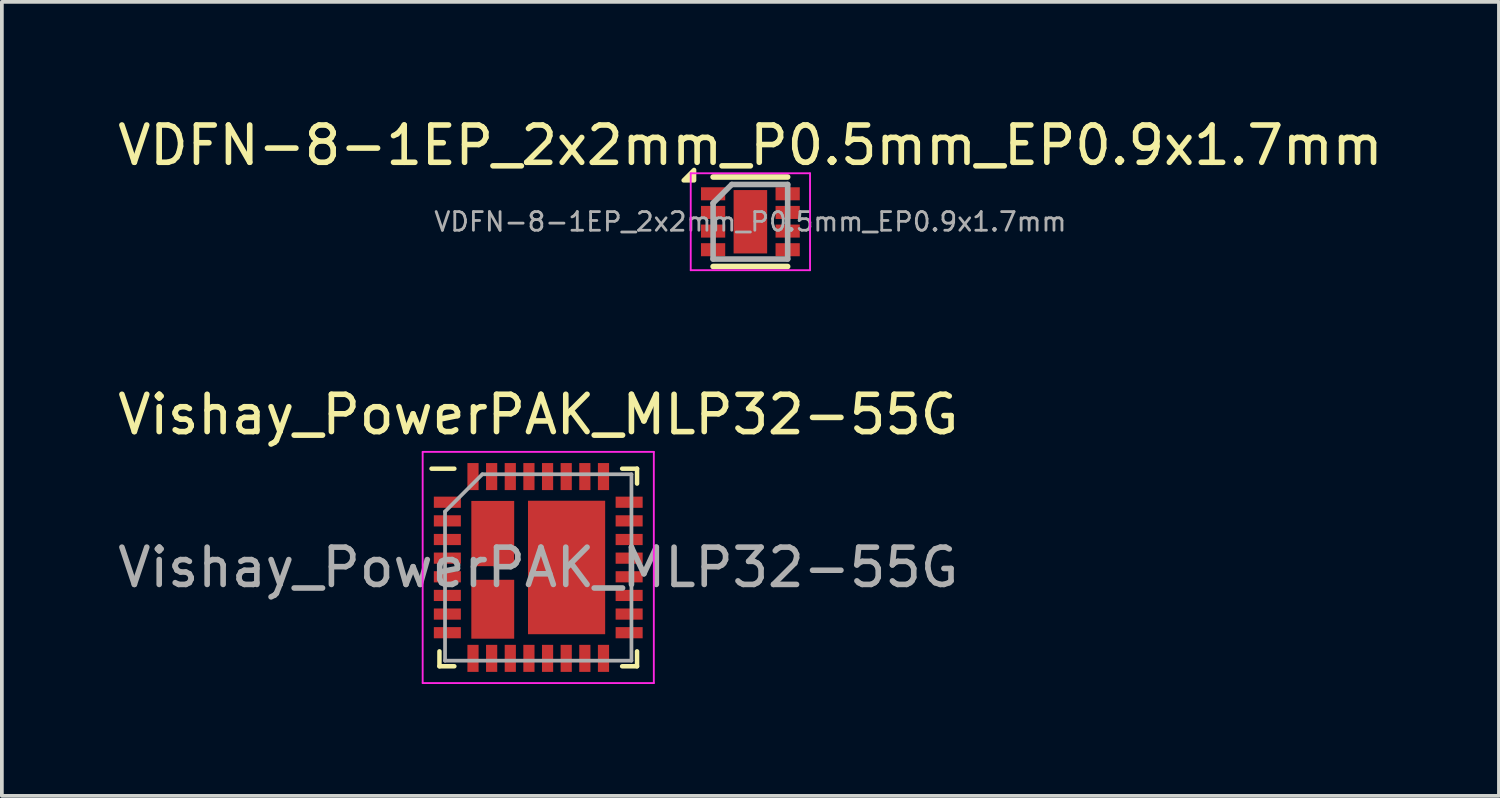
<source format=kicad_pcb>
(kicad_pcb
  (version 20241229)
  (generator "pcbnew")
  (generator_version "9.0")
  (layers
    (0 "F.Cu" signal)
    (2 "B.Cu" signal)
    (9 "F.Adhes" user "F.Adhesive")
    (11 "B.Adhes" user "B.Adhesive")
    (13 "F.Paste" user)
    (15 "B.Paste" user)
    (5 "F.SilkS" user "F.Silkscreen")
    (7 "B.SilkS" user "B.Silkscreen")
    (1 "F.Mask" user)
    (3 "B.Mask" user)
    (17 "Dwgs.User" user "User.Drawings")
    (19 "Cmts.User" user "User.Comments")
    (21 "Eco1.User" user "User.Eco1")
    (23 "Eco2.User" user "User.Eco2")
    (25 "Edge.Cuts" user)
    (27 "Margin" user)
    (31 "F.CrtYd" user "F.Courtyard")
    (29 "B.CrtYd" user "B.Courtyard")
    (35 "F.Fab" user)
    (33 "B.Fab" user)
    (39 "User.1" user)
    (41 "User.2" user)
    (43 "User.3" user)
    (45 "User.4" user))
  (footprint "VDFN-8-1EP_2x2mm_P0.5mm_EP0.9x1.7mm"
    (layer "F.Cu")
    (at 17.077 2.898)
    (property "Reference" "VDFN-8-1EP_2x2mm_P0.5mm_EP0.9x1.7mm" (at 0 -2.05 0) (layer "F.SilkS") (effects (font (size 1 1) (thickness 0.15))))
    (attr smd)
    (fp_line (start -1 -1.2) (end 1 -1.2) (stroke (width 0.15) (type solid)) (layer "F.SilkS"))
    (fp_line (start -1 1.2) (end 1 1.2) (stroke (width 0.15) (type solid)) (layer "F.SilkS"))
    (fp_poly (pts (xy -1.51 -1.11) (xy -1.79 -1.11) (xy -1.51 -1.39) (xy -1.51 -1.11)) (stroke (width 0.12) (type solid)) (fill yes) (layer "F.SilkS"))
    (fp_line (start -1.6 -1.3) (end -1.6 1.3) (stroke (width 0.05) (type solid)) (layer "F.CrtYd"))
    (fp_line (start -1.6 -1.3) (end 1.6 -1.3) (stroke (width 0.05) (type solid)) (layer "F.CrtYd"))
    (fp_line (start -1.6 1.3) (end 1.6 1.3) (stroke (width 0.05) (type solid)) (layer "F.CrtYd"))
    (fp_line (start 1.6 -1.3) (end 1.6 1.3) (stroke (width 0.05) (type solid)) (layer "F.CrtYd"))
    (fp_line (start -1 -0.5) (end -0.5 -1) (stroke (width 0.15) (type solid)) (layer "F.Fab"))
    (fp_line (start -1 1) (end -1 -0.5) (stroke (width 0.15) (type solid)) (layer "F.Fab"))
    (fp_line (start -0.5 -1) (end 1 -1) (stroke (width 0.15) (type solid)) (layer "F.Fab"))
    (fp_line (start 1 -1) (end 1 1) (stroke (width 0.15) (type solid)) (layer "F.Fab"))
    (fp_line (start 1 1) (end -1 1) (stroke (width 0.15) (type solid)) (layer "F.Fab"))
    (fp_text user "${REFERENCE}" (at 0 0 0) (layer "F.Fab") (effects (font (size 0.5 0.5) (thickness 0.075))))
    (pad "" smd rect (at 0 -0.425) (size 0.72 0.69) (layers "F.Paste"))
    (pad "" smd rect (at 0 0.425) (size 0.72 0.69) (layers "F.Paste"))
    (pad "1" smd rect (at -1 -0.75) (size 0.65 0.35) (layers "F.Cu" "F.Mask" "F.Paste"))
    (pad "2" smd rect (at -1 -0.25) (size 0.65 0.35) (layers "F.Cu" "F.Mask" "F.Paste"))
    (pad "3" smd rect (at -1 0.25) (size 0.65 0.35) (layers "F.Cu" "F.Mask" "F.Paste"))
    (pad "4" smd rect (at -1 0.75) (size 0.65 0.35) (layers "F.Cu" "F.Mask" "F.Paste"))
    (pad "5" smd rect (at 1 0.75) (size 0.65 0.35) (layers "F.Cu" "F.Mask" "F.Paste"))
    (pad "6" smd rect (at 1 0.25) (size 0.65 0.35) (layers "F.Cu" "F.Mask" "F.Paste"))
    (pad "7" smd rect (at 1 -0.25) (size 0.65 0.35) (layers "F.Cu" "F.Mask" "F.Paste"))
    (pad "8" smd rect (at 1 -0.75) (size 0.65 0.35) (layers "F.Cu" "F.Mask" "F.Paste"))
    (pad "9" smd rect (at 0 0) (size 0.9 1.7) (layers "F.Cu" "F.Mask")))
  (footprint "Vishay_PowerPAK_MLP32-55G"
    (layer "F.Cu")
    (at 11.387 12.171)
    (property "Reference" "Vishay_PowerPAK_MLP32-55G" (at 0 -4.1 0) (layer "F.SilkS") (effects (font (size 1 1) (thickness 0.15))))
    (attr smd)
    (fp_line (start -2.65 2.65) (end -2.65 2.25) (stroke (width 0.12) (type solid)) (layer "F.SilkS"))
    (fp_line (start -2.25 -2.65) (end -2.862 -2.65) (stroke (width 0.12) (type solid)) (layer "F.SilkS"))
    (fp_line (start -2.25 2.65) (end -2.65 2.65) (stroke (width 0.12) (type solid)) (layer "F.SilkS"))
    (fp_line (start 2.25 -2.65) (end 2.65 -2.65) (stroke (width 0.12) (type solid)) (layer "F.SilkS"))
    (fp_line (start 2.25 2.65) (end 2.65 2.65) (stroke (width 0.12) (type solid)) (layer "F.SilkS"))
    (fp_line (start 2.65 -2.65) (end 2.65 -2.25) (stroke (width 0.12) (type solid)) (layer "F.SilkS"))
    (fp_line (start 2.65 2.65) (end 2.65 2.25) (stroke (width 0.12) (type solid)) (layer "F.SilkS"))
    (fp_line (start -3.1 -3.1) (end 3.1 -3.1) (stroke (width 0.05) (type solid)) (layer "F.CrtYd"))
    (fp_line (start -3.1 3.1) (end -3.1 -3.1) (stroke (width 0.05) (type solid)) (layer "F.CrtYd"))
    (fp_line (start 3.1 -3.1) (end 3.1 3.1) (stroke (width 0.05) (type solid)) (layer "F.CrtYd"))
    (fp_line (start 3.1 3.1) (end -3.1 3.1) (stroke (width 0.05) (type solid)) (layer "F.CrtYd"))
    (fp_line (start -2.5 -1.5) (end -2.5 2.5) (stroke (width 0.1) (type solid)) (layer "F.Fab"))
    (fp_line (start -2.5 2.5) (end 2.5 2.5) (stroke (width 0.1) (type solid)) (layer "F.Fab"))
    (fp_line (start -1.5 -2.5) (end -2.5 -1.5) (stroke (width 0.1) (type solid)) (layer "F.Fab"))
    (fp_line (start 2.5 -2.5) (end -1.5 -2.5) (stroke (width 0.1) (type solid)) (layer "F.Fab"))
    (fp_line (start 2.5 2.5) (end 2.5 -2.5) (stroke (width 0.1) (type solid)) (layer "F.Fab"))
    (fp_text user "${REFERENCE}" (at 0 0 0) (layer "F.Fab") (effects (font (size 1 1) (thickness 0.15))))
    (pad "1" smd rect (at -2.438 -1.75 90) (size 0.3 0.725) (layers "F.Cu" "F.Mask" "F.Paste"))
    (pad "2" smd rect (at -2.438 -1.25 90) (size 0.3 0.725) (layers "F.Cu" "F.Mask" "F.Paste"))
    (pad "3" smd rect (at -2.438 -0.75 90) (size 0.3 0.725) (layers "F.Cu" "F.Mask" "F.Paste"))
    (pad "4" smd rect (at -2.438 -0.25 90) (size 0.3 0.725) (layers "F.Cu" "F.Mask" "F.Paste"))
    (pad "5" smd rect (at -2.438 0.25 90) (size 0.3 0.725) (layers "F.Cu" "F.Mask" "F.Paste"))
    (pad "6" smd rect (at -2.438 0.75 90) (size 0.3 0.725) (layers "F.Cu" "F.Mask" "F.Paste"))
    (pad "7" smd rect (at -2.438 1.25 90) (size 0.3 0.725) (layers "F.Cu" "F.Mask" "F.Paste"))
    (pad "8" smd rect (at -2.438 1.75 90) (size 0.3 0.725) (layers "F.Cu" "F.Mask" "F.Paste"))
    (pad "9" smd rect (at -1.75 2.438) (size 0.3 0.725) (layers "F.Cu" "F.Mask" "F.Paste"))
    (pad "9" smd rect (at -1.22 1.12) (size 1.15 1.58) (layers "F.Cu" "F.Mask" "F.Paste"))
    (pad "10" smd rect (at -1.25 2.438) (size 0.3 0.725) (layers "F.Cu" "F.Mask" "F.Paste"))
    (pad "11" smd rect (at -0.75 2.438) (size 0.3 0.725) (layers "F.Cu" "F.Mask" "F.Paste"))
    (pad "12" smd rect (at -0.25 2.438) (size 0.3 0.725) (layers "F.Cu" "F.Mask" "F.Paste"))
    (pad "13" smd rect (at 0.25 2.438) (size 0.3 0.725) (layers "F.Cu" "F.Mask" "F.Paste"))
    (pad "14" smd rect (at 0.75 2.438) (size 0.3 0.725) (layers "F.Cu" "F.Mask" "F.Paste"))
    (pad "15" smd rect (at 1.25 2.438) (size 0.3 0.725) (layers "F.Cu" "F.Mask" "F.Paste"))
    (pad "16" smd rect (at 1.75 2.438) (size 0.3 0.725) (layers "F.Cu" "F.Mask" "F.Paste"))
    (pad "17" smd rect (at 2.438 1.75 90) (size 0.3 0.725) (layers "F.Cu" "F.Mask" "F.Paste"))
    (pad "18" smd rect (at 2.438 1.25 90) (size 0.3 0.725) (layers "F.Cu" "F.Mask" "F.Paste"))
    (pad "19" smd rect (at 2.438 0.75 90) (size 0.3 0.725) (layers "F.Cu" "F.Mask" "F.Paste"))
    (pad "20" smd rect (at 2.438 0.25 90) (size 0.3 0.725) (layers "F.Cu" "F.Mask" "F.Paste"))
    (pad "21" smd rect (at 2.438 -0.25 90) (size 0.3 0.725) (layers "F.Cu" "F.Mask" "F.Paste"))
    (pad "22" smd rect (at 2.438 -0.75 90) (size 0.3 0.725) (layers "F.Cu" "F.Mask" "F.Paste"))
    (pad "23" smd rect (at 2.438 -1.25 90) (size 0.3 0.725) (layers "F.Cu" "F.Mask" "F.Paste"))
    (pad "24" smd rect (at 2.438 -1.75 90) (size 0.3 0.725) (layers "F.Cu" "F.Mask" "F.Paste"))
    (pad "25" smd rect (at 0.76 0) (size 2.07 3.58) (layers "F.Cu" "F.Mask" "F.Paste"))
    (pad "25" smd rect (at 1.75 -2.438) (size 0.3 0.725) (layers "F.Cu" "F.Mask" "F.Paste"))
    (pad "26" smd rect (at 1.25 -2.438) (size 0.3 0.725) (layers "F.Cu" "F.Mask" "F.Paste"))
    (pad "27" smd rect (at 0.75 -2.438) (size 0.3 0.725) (layers "F.Cu" "F.Mask" "F.Paste"))
    (pad "28" smd rect (at 0.25 -2.438) (size 0.3 0.725) (layers "F.Cu" "F.Mask" "F.Paste"))
    (pad "29" smd rect (at -0.25 -2.438) (size 0.3 0.725) (layers "F.Cu" "F.Mask" "F.Paste"))
    (pad "30" smd rect (at -1.22 -0.91) (size 1.15 1.75) (layers "F.Cu" "F.Mask" "F.Paste"))
    (pad "30" smd rect (at -0.75 -2.438) (size 0.3 0.725) (layers "F.Cu" "F.Mask" "F.Paste"))
    (pad "31" smd rect (at -1.25 -2.438) (size 0.3 0.725) (layers "F.Cu" "F.Mask" "F.Paste"))
    (pad "32" smd rect (at -1.75 -2.438) (size 0.3 0.725) (layers "F.Cu" "F.Mask" "F.Paste")))
  (gr_rect
    (start -3 -3)
    (end 37.155 18.297)
    (stroke (width 0.1) (type default))
    (fill no)
    (layer "Edge.Cuts")))
</source>
